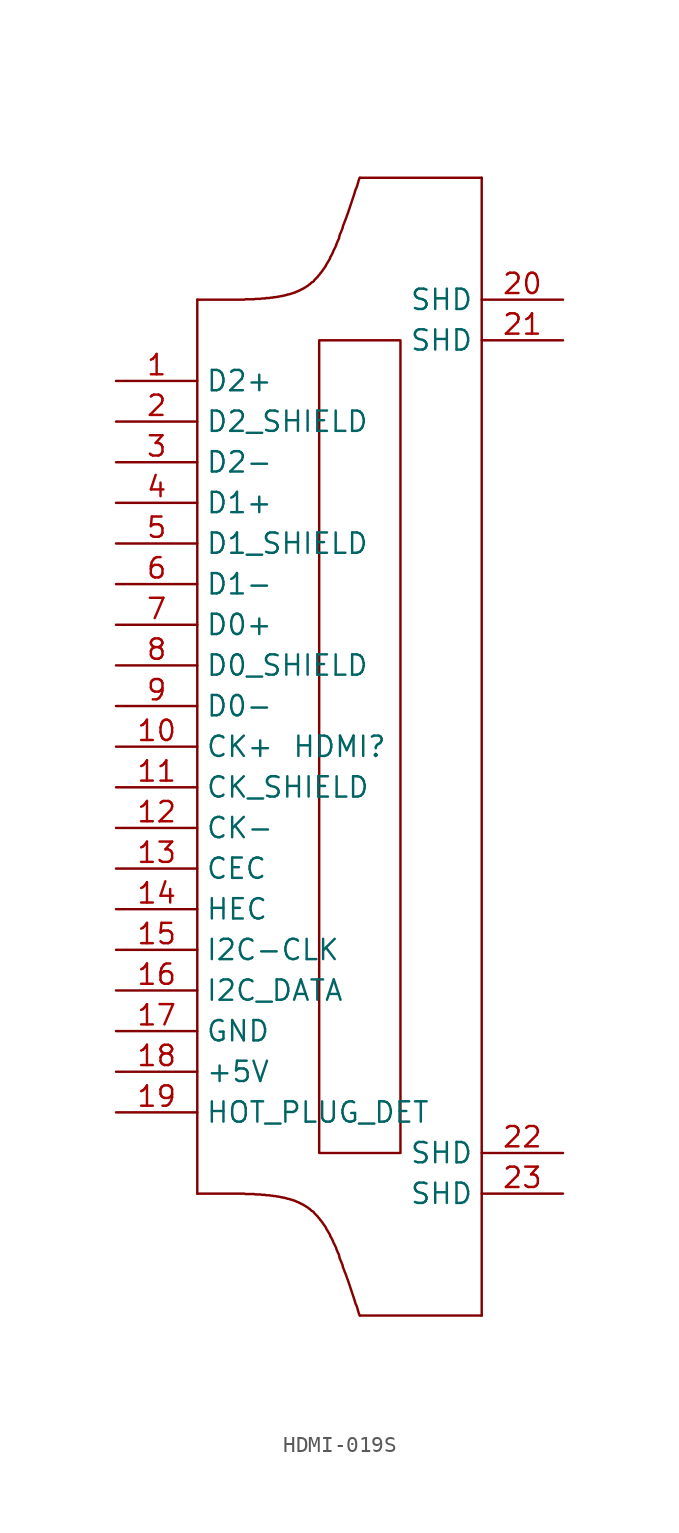
<source format=kicad_sym>
(kicad_symbol_lib
  (version 20231120)
  (generator "kicad_symbol_editor")
  (generator_version "8.0")
  (symbol "HDMI-019S"
    (property "Reference" "HDMI"
      (at 0 0 0)
      (effects (font (size 1.27 1.27))))
    (property "Value" ""
      (at 0 0 0)
      (effects (font (size 1.27 1.27))))
    (symbol "HDMI-019S_1_0"
      (rectangle (start -1.27 -25.4) (end 3.81 25.4) (stroke (width 0) (type default)) (fill (type none)))
      (polyline (pts (xy -8.89 27.94) (xy -8.89 -27.94)) (stroke (width 0) (type default)) (fill (type none)))
      (polyline (pts (xy 8.89 -35.56) (xy 1.27 -35.56)) (stroke (width 0) (type default)) (fill (type none)))
      (polyline (pts (xy 8.89 35.56) (xy 1.27 35.56)) (stroke (width 0) (type default)) (fill (type none)))
      (polyline (pts (xy 8.89 35.56) (xy 8.89 -35.56)) (stroke (width 0) (type default)) (fill (type none)))
      (polyline (pts (xy -8.89 -27.94) (xy -8.788 -27.94) (xy -8.788 -27.94) (xy -8.712 -27.94) (xy -8.712 -27.94) (xy -8.611 -27.94) (xy -8.611 -27.94) (xy -8.534 -27.94) (xy -8.534 -27.94) (xy -8.433 -27.94) (xy -8.433 -27.94) (xy -8.357 -27.94) (xy -8.357 -27.94) (xy -8.28 -27.94) (xy -8.28 -27.94) (xy -8.179 -27.94) (xy -8.179 -27.94) (xy -8.103 -27.94) (xy -8.103 -27.94) (xy -8.026 -27.94) (xy -8.026 -27.94) (xy -7.925 -27.94) (xy -7.925 -27.94) (xy -7.849 -27.94) (xy -7.849 -27.94) (xy -7.772 -27.94) (xy -7.772 -27.94) (xy -7.696 -27.94) (xy -7.696 -27.94) (xy -7.62 -27.94) (xy -7.62 -27.94) (xy -7.544 -27.94) (xy -7.544 -27.94) (xy -7.468 -27.94) (xy -7.468 -27.94) (xy -7.391 -27.94) (xy -7.391 -27.94) (xy -7.29 -27.94) (xy -7.29 -27.94) (xy -7.214 -27.94) (xy -7.214 -27.94) (xy -7.163 -27.94) (xy -7.163 -27.94) (xy -7.087 -27.94) (xy -7.087 -27.94) (xy -7.01 -27.94) (xy -7.01 -27.94) (xy -6.934 -27.94) (xy -6.934 -27.94) (xy -6.858 -27.94) (xy -6.858 -27.94) (xy -6.782 -27.94) (xy -6.782 -27.94) (xy -6.706 -27.94) (xy -6.706 -27.94) (xy -6.629 -27.94) (xy -6.629 -27.94) (xy -6.579 -27.94) (xy -6.579 -27.94) (xy -6.502 -27.94) (xy -6.502 -27.94) (xy -6.426 -27.94) (xy -6.426 -27.94) (xy -6.35 -27.94) (xy -6.35 -27.94) (xy -6.299 -27.94) (xy -6.299 -27.94) (xy -6.223 -27.94) (xy -6.223 -27.94) (xy -6.147 -27.94) (xy -6.147 -27.94) (xy -6.096 -27.94) (xy -6.096 -27.94) (xy -6.02 -27.94) (xy -6.02 -27.94) (xy -5.944 -27.94) (xy -5.944 -27.94) (xy -5.893 -27.965) (xy -5.893 -27.965) (xy -5.817 -27.965) (xy -5.817 -27.965) (xy -5.766 -27.965) (xy -5.766 -27.965) (xy -5.69 -27.965) (xy -5.69 -27.965) (xy -5.639 -27.965) (xy -5.639 -27.965) (xy -5.563 -27.965) (xy -5.563 -27.965) (xy -5.512 -27.965) (xy -5.512 -27.965) (xy -5.461 -27.965) (xy -5.461 -27.965) (xy -5.385 -27.965) (xy -5.385 -27.965) (xy -5.334 -27.965) (xy -5.334 -27.965) (xy -5.258 -27.991) (xy -5.258 -27.991) (xy -5.207 -27.991) (xy -5.207 -27.991) (xy -5.156 -27.991) (xy -5.156 -27.991) (xy -5.08 -27.991) (xy -5.08 -27.991) (xy -5.029 -27.991) (xy -5.029 -27.991) (xy -4.978 -27.991) (xy -4.978 -27.991) (xy -4.928 -27.991) (xy -4.928 -27.991) (xy -4.877 -28.016) (xy -4.877 -28.016) (xy -4.801 -28.016) (xy -4.801 -28.016) (xy -4.75 -28.016) (xy -4.75 -28.016) (xy -4.699 -28.016) (xy -4.699 -28.016) (xy -4.648 -28.016) (xy -4.648 -28.016) (xy -4.597 -28.042) (xy -4.597 -28.042) (xy -4.547 -28.042) (xy -4.547 -28.042) (xy -4.496 -28.042) (xy -4.496 -28.042) (xy -4.445 -28.042) (xy -4.445 -28.042) (xy -4.369 -28.042) (xy -4.369 -28.042) (xy -4.318 -28.067) (xy -4.318 -28.067) (xy -4.267 -28.067) (xy -4.267 -28.067) (xy -4.216 -28.067) (xy -4.216 -28.067) (xy -4.166 -28.067) (xy -4.166 -28.067) (xy -4.14 -28.092) (xy -4.14 -28.092) (xy -4.089 -28.092) (xy -4.089 -28.092) (xy -4.039 -28.092) (xy -4.039 -28.092) (xy -3.988 -28.092) (xy -3.988 -28.092) (xy -3.937 -28.118) (xy -3.937 -28.118) (xy -3.886 -28.118) (xy -3.886 -28.118) (xy -3.835 -28.118) (xy -3.835 -28.118) (xy -3.785 -28.143) (xy -3.785 -28.143) (xy -3.759 -28.143) (xy -3.759 -28.143) (xy -3.708 -28.143) (xy -3.708 -28.143) (xy -3.658 -28.169) (xy -3.658 -28.169) (xy -3.607 -28.169) (xy -3.607 -28.169) (xy -3.556 -28.169) (xy -3.556 -28.169) (xy -3.531 -28.194) (xy -3.531 -28.194) (xy -3.48 -28.194) (xy -3.48 -28.194) (xy -3.429 -28.194) (xy -3.429 -28.194) (xy -3.404 -28.219) (xy -3.404 -28.219) (xy -3.353 -28.219) (xy -3.353 -28.219) (xy -3.302 -28.245) (xy -3.302 -28.245) (xy -3.277 -28.245) (xy -3.277 -28.245) (xy -3.226 -28.27) (xy -3.226 -28.27) (xy -3.175 -28.27) (xy -3.175 -28.27) (xy -3.15 -28.27) (xy -3.15 -28.27) (xy -3.099 -28.296) (xy -3.099 -28.296) (xy -3.073 -28.296) (xy -3.073 -28.296) (xy -3.023 -28.321) (xy -3.023 -28.321) (xy -2.972 -28.321) (xy -2.972 -28.321) (xy -2.946 -28.346) (xy -2.946 -28.346) (xy -2.896 -28.346) (xy -2.896 -28.346) (xy -2.87 -28.372) (xy -2.87 -28.372) (xy -2.819 -28.372) (xy -2.819 -28.372) (xy -2.794 -28.397) (xy -2.794 -28.397) (xy -2.743 -28.397) (xy -2.743 -28.397) (xy -2.718 -28.423) (xy -2.718 -28.423) (xy -2.692 -28.448) (xy -2.692 -28.448) (xy -2.642 -28.448) (xy -2.642 -28.448) (xy -2.616 -28.473) (xy -2.616 -28.473) (xy -2.565 -28.473) (xy -2.565 -28.473) (xy -2.54 -28.499) (xy -2.54 -28.499) (xy -2.515 -28.524) (xy -2.515 -28.524) (xy -2.464 -28.524) (xy -2.464 -28.524) (xy -2.438 -28.55) (xy -2.438 -28.55) (xy -2.413 -28.575) (xy -2.413 -28.575) (xy -2.362 -28.575) (xy -2.362 -28.575) (xy -2.337 -28.6) (xy -2.337 -28.6) (xy -2.311 -28.626) (xy -2.311 -28.626) (xy -2.261 -28.626) (xy -2.261 -28.626) (xy -2.235 -28.651) (xy -2.235 -28.651) (xy -2.21 -28.677) (xy -2.21 -28.677) (xy -2.159 -28.702) (xy -2.159 -28.702) (xy -2.134 -28.702) (xy -2.134 -28.702) (xy -2.108 -28.727) (xy -2.108 -28.727) (xy -2.083 -28.753) (xy -2.083 -28.753) (xy -2.032 -28.778) (xy -2.032 -28.778) (xy -2.007 -28.804) (xy -2.007 -28.804) (xy -1.981 -28.804) (xy -1.981 -28.804) (xy -1.956 -28.829) (xy -1.956 -28.829) (xy -1.93 -28.854) (xy -1.93 -28.854) (xy -1.905 -28.88) (xy -1.905 -28.88) (xy -1.854 -28.905) (xy -1.854 -28.905) (xy -1.829 -28.931) (xy -1.829 -28.931) (xy -1.803 -28.956) (xy -1.803 -28.956) (xy -1.778 -28.981) (xy -1.778 -28.981) (xy -1.753 -29.007) (xy -1.753 -29.007) (xy -1.727 -29.032) (xy -1.727 -29.032) (xy -1.702 -29.032) (xy -1.702 -29.032) (xy -1.651 -29.058) (xy -1.651 -29.058) (xy -1.626 -29.083) (xy -1.626 -29.083) (xy -1.6 -29.108) (xy -1.6 -29.108) (xy -1.575 -29.159) (xy -1.575 -29.159) (xy -1.549 -29.185) (xy -1.549 -29.185) (xy -1.524 -29.21) (xy -1.524 -29.21) (xy -1.499 -29.235) (xy -1.499 -29.235) (xy -1.473 -29.261) (xy -1.473 -29.261) (xy -1.448 -29.286) (xy -1.448 -29.286) (xy -1.422 -29.312) (xy -1.422 -29.312) (xy -1.397 -29.337) (xy -1.397 -29.337) (xy -1.372 -29.362) (xy -1.372 -29.362) (xy -1.346 -29.388) (xy -1.346 -29.388) (xy -1.321 -29.439) (xy -1.321 -29.439) (xy -1.295 -29.464) (xy -1.295 -29.464) (xy -1.27 -29.489) (xy -1.27 -29.489) (xy -1.245 -29.515) (xy -1.245 -29.515) (xy -1.219 -29.566) (xy -1.219 -29.566) (xy -1.194 -29.591) (xy -1.194 -29.591) (xy -1.168 -29.616) (xy -1.168 -29.616) (xy -1.143 -29.642) (xy -1.143 -29.642) (xy -1.118 -29.693) (xy -1.118 -29.693) (xy -1.092 -29.718) (xy -1.092 -29.718) (xy -1.067 -29.743) (xy -1.067 -29.743) (xy -1.041 -29.794) (xy -1.041 -29.794) (xy -1.016 -29.82) (xy -1.016 -29.82) (xy -0.991 -29.87) (xy -0.991 -29.87) (xy -0.965 -29.896) (xy -0.965 -29.896) (xy -0.94 -29.921) (xy -0.94 -29.921) (xy -0.914 -29.972) (xy -0.914 -29.972) (xy -0.889 -29.997) (xy -0.889 -29.997) (xy -0.864 -30.048) (xy -0.864 -30.048) (xy -0.838 -30.074) (xy -0.838 -30.074) (xy -0.838 -30.124) (xy -0.838 -30.124) (xy -0.813 -30.15) (xy -0.813 -30.15) (xy -0.787 -30.201) (xy -0.787 -30.201) (xy -0.762 -30.226) (xy -0.762 -30.226) (xy -0.737 -30.277) (xy -0.737 -30.277) (xy -0.711 -30.328) (xy -0.711 -30.328) (xy -0.686 -30.353) (xy -0.686 -30.353) (xy -0.66 -30.404) (xy -0.66 -30.404) (xy -0.635 -30.455) (xy -0.635 -30.455) (xy -0.61 -30.48) (xy -0.61 -30.48) (xy -0.584 -30.531) (xy -0.584 -30.531) (xy -0.584 -30.582) (xy -0.584 -30.582) (xy -0.559 -30.632) (xy -0.559 -30.632) (xy -0.533 -30.658) (xy -0.533 -30.658) (xy -0.508 -30.709) (xy -0.508 -30.709) (xy -0.483 -30.759) (xy -0.483 -30.759) (xy -0.457 -30.81) (xy -0.457 -30.81) (xy -0.432 -30.861) (xy -0.432 -30.861) (xy -0.406 -30.886) (xy -0.406 -30.886) (xy -0.406 -30.937) (xy -0.406 -30.937) (xy -0.381 -30.988) (xy -0.381 -30.988) (xy -0.356 -31.039) (xy -0.356 -31.039) (xy -0.33 -31.09) (xy -0.33 -31.09) (xy -0.305 -31.14) (xy -0.305 -31.14) (xy -0.279 -31.191) (xy -0.279 -31.191) (xy -0.254 -31.242) (xy -0.254 -31.242) (xy -0.229 -31.293) (xy -0.229 -31.293) (xy -0.203 -31.344) (xy -0.203 -31.344) (xy -0.203 -31.394) (xy -0.203 -31.394) (xy -0.178 -31.445) (xy -0.178 -31.445) (xy -0.152 -31.496) (xy -0.152 -31.496) (xy -0.127 -31.572) (xy -0.127 -31.572) (xy -0.102 -31.623) (xy -0.102 -31.623) (xy -0.076 -31.674) (xy -0.076 -31.674) (xy -0.051 -31.725) (xy -0.051 -31.725) (xy -0.025 -31.775) (xy -0.025 -31.775) (xy -0.025 -31.852) (xy -0.025 -31.852) (xy 0 -31.902) (xy 0 -31.902) (xy 0 -31.953) (xy 0 -31.953) (xy 0.025 -32.004) (xy 0.025 -32.004) (xy 0.051 -32.08) (xy 0.051 -32.08) (xy 0.076 -32.131) (xy 0.076 -32.131) (xy 0.102 -32.182) (xy 0.102 -32.182) (xy 0.127 -32.258) (xy 0.127 -32.258) (xy 0.152 -32.309) (xy 0.152 -32.309) (xy 0.178 -32.385) (xy 0.178 -32.385) (xy 0.203 -32.436) (xy 0.203 -32.436) (xy 0.203 -32.512) (xy 0.203 -32.512) (xy 0.229 -32.563) (xy 0.229 -32.563) (xy 0.254 -32.639) (xy 0.254 -32.639) (xy 0.279 -32.69) (xy 0.279 -32.69) (xy 0.305 -32.766) (xy 0.305 -32.766) (xy 0.33 -32.842) (xy 0.33 -32.842) (xy 0.356 -32.893) (xy 0.356 -32.893) (xy 0.381 -32.969) (xy 0.381 -32.969) (xy 0.406 -33.02) (xy 0.406 -33.02) (xy 0.432 -33.096) (xy 0.432 -33.096) (xy 0.457 -33.172) (xy 0.457 -33.172) (xy 0.483 -33.249) (xy 0.483 -33.249) (xy 0.508 -33.299) (xy 0.508 -33.299) (xy 0.533 -33.376) (xy 0.533 -33.376) (xy 0.559 -33.452) (xy 0.559 -33.452) (xy 0.584 -33.528) (xy 0.584 -33.528) (xy 0.61 -33.604) (xy 0.61 -33.604) (xy 0.635 -33.68) (xy 0.635 -33.68) (xy 0.66 -33.757) (xy 0.66 -33.757) (xy 0.686 -33.833) (xy 0.686 -33.833) (xy 0.711 -33.909) (xy 0.711 -33.909) (xy 0.737 -33.985) (xy 0.737 -33.985) (xy 0.762 -34.061) (xy 0.762 -34.061) (xy 0.787 -34.138) (xy 0.787 -34.138) (xy 0.813 -34.214) (xy 0.813 -34.214) (xy 0.838 -34.29) (xy 0.838 -34.29) (xy 0.864 -34.366) (xy 0.864 -34.366) (xy 0.889 -34.442) (xy 0.889 -34.442) (xy 0.914 -34.519) (xy 0.914 -34.519) (xy 0.94 -34.595) (xy 0.94 -34.595) (xy 0.965 -34.696) (xy 0.965 -34.696) (xy 0.991 -34.773) (xy 0.991 -34.773) (xy 1.016 -34.849) (xy 1.016 -34.849) (xy 1.067 -34.95) (xy 1.067 -34.95) (xy 1.092 -35.027) (xy 1.092 -35.027) (xy 1.118 -35.103) (xy 1.118 -35.103) (xy 1.143 -35.204) (xy 1.143 -35.204) (xy 1.168 -35.281) (xy 1.168 -35.281) (xy 1.194 -35.382) (xy 1.194 -35.382) (xy 1.219 -35.458) (xy 1.219 -35.458) (xy 1.27 -35.56)) (stroke (width 0) (type default)) (fill (type none)))
      (polyline (pts (xy -8.89 27.94) (xy -8.788 27.94) (xy -8.788 27.94) (xy -8.712 27.94) (xy -8.712 27.94) (xy -8.611 27.94) (xy -8.611 27.94) (xy -8.534 27.94) (xy -8.534 27.94) (xy -8.433 27.94) (xy -8.433 27.94) (xy -8.357 27.94) (xy -8.357 27.94) (xy -8.28 27.94) (xy -8.28 27.94) (xy -8.179 27.94) (xy -8.179 27.94) (xy -8.103 27.94) (xy -8.103 27.94) (xy -8.026 27.94) (xy -8.026 27.94) (xy -7.925 27.94) (xy -7.925 27.94) (xy -7.849 27.94) (xy -7.849 27.94) (xy -7.772 27.94) (xy -7.772 27.94) (xy -7.696 27.94) (xy -7.696 27.94) (xy -7.62 27.94) (xy -7.62 27.94) (xy -7.544 27.94) (xy -7.544 27.94) (xy -7.468 27.94) (xy -7.468 27.94) (xy -7.391 27.94) (xy -7.391 27.94) (xy -7.29 27.94) (xy -7.29 27.94) (xy -7.214 27.94) (xy -7.214 27.94) (xy -7.163 27.94) (xy -7.163 27.94) (xy -7.087 27.94) (xy -7.087 27.94) (xy -7.01 27.94) (xy -7.01 27.94) (xy -6.934 27.94) (xy -6.934 27.94) (xy -6.858 27.94) (xy -6.858 27.94) (xy -6.782 27.94) (xy -6.782 27.94) (xy -6.706 27.94) (xy -6.706 27.94) (xy -6.629 27.94) (xy -6.629 27.94) (xy -6.579 27.94) (xy -6.579 27.94) (xy -6.502 27.94) (xy -6.502 27.94) (xy -6.426 27.94) (xy -6.426 27.94) (xy -6.35 27.94) (xy -6.35 27.94) (xy -6.299 27.94) (xy -6.299 27.94) (xy -6.223 27.94) (xy -6.223 27.94) (xy -6.147 27.94) (xy -6.147 27.94) (xy -6.096 27.94) (xy -6.096 27.94) (xy -6.02 27.94) (xy -6.02 27.94) (xy -5.944 27.94) (xy -5.944 27.94) (xy -5.893 27.965) (xy -5.893 27.965) (xy -5.817 27.965) (xy -5.817 27.965) (xy -5.766 27.965) (xy -5.766 27.965) (xy -5.69 27.965) (xy -5.69 27.965) (xy -5.639 27.965) (xy -5.639 27.965) (xy -5.563 27.965) (xy -5.563 27.965) (xy -5.512 27.965) (xy -5.512 27.965) (xy -5.461 27.965) (xy -5.461 27.965) (xy -5.385 27.965) (xy -5.385 27.965) (xy -5.334 27.965) (xy -5.334 27.965) (xy -5.258 27.991) (xy -5.258 27.991) (xy -5.207 27.991) (xy -5.207 27.991) (xy -5.156 27.991) (xy -5.156 27.991) (xy -5.08 27.991) (xy -5.08 27.991) (xy -5.029 27.991) (xy -5.029 27.991) (xy -4.978 27.991) (xy -4.978 27.991) (xy -4.928 27.991) (xy -4.928 27.991) (xy -4.877 28.016) (xy -4.877 28.016) (xy -4.801 28.016) (xy -4.801 28.016) (xy -4.75 28.016) (xy -4.75 28.016) (xy -4.699 28.016) (xy -4.699 28.016) (xy -4.648 28.016) (xy -4.648 28.016) (xy -4.597 28.042) (xy -4.597 28.042) (xy -4.547 28.042) (xy -4.547 28.042) (xy -4.496 28.042) (xy -4.496 28.042) (xy -4.445 28.042) (xy -4.445 28.042) (xy -4.369 28.042) (xy -4.369 28.042) (xy -4.318 28.067) (xy -4.318 28.067) (xy -4.267 28.067) (xy -4.267 28.067) (xy -4.216 28.067) (xy -4.216 28.067) (xy -4.166 28.067) (xy -4.166 28.067) (xy -4.14 28.092) (xy -4.14 28.092) (xy -4.089 28.092) (xy -4.089 28.092) (xy -4.039 28.092) (xy -4.039 28.092) (xy -3.988 28.092) (xy -3.988 28.092) (xy -3.937 28.118) (xy -3.937 28.118) (xy -3.886 28.118) (xy -3.886 28.118) (xy -3.835 28.118) (xy -3.835 28.118) (xy -3.785 28.143) (xy -3.785 28.143) (xy -3.759 28.143) (xy -3.759 28.143) (xy -3.708 28.143) (xy -3.708 28.143) (xy -3.658 28.169) (xy -3.658 28.169) (xy -3.607 28.169) (xy -3.607 28.169) (xy -3.556 28.169) (xy -3.556 28.169) (xy -3.531 28.194) (xy -3.531 28.194) (xy -3.48 28.194) (xy -3.48 28.194) (xy -3.429 28.194) (xy -3.429 28.194) (xy -3.404 28.219) (xy -3.404 28.219) (xy -3.353 28.219) (xy -3.353 28.219) (xy -3.302 28.245) (xy -3.302 28.245) (xy -3.277 28.245) (xy -3.277 28.245) (xy -3.226 28.27) (xy -3.226 28.27) (xy -3.175 28.27) (xy -3.175 28.27) (xy -3.15 28.27) (xy -3.15 28.27) (xy -3.099 28.296) (xy -3.099 28.296) (xy -3.073 28.296) (xy -3.073 28.296) (xy -3.023 28.321) (xy -3.023 28.321) (xy -2.972 28.321) (xy -2.972 28.321) (xy -2.946 28.346) (xy -2.946 28.346) (xy -2.896 28.346) (xy -2.896 28.346) (xy -2.87 28.372) (xy -2.87 28.372) (xy -2.819 28.372) (xy -2.819 28.372) (xy -2.794 28.397) (xy -2.794 28.397) (xy -2.743 28.397) (xy -2.743 28.397) (xy -2.718 28.423) (xy -2.718 28.423) (xy -2.692 28.448) (xy -2.692 28.448) (xy -2.642 28.448) (xy -2.642 28.448) (xy -2.616 28.473) (xy -2.616 28.473) (xy -2.565 28.473) (xy -2.565 28.473) (xy -2.54 28.499) (xy -2.54 28.499) (xy -2.515 28.524) (xy -2.515 28.524) (xy -2.464 28.524) (xy -2.464 28.524) (xy -2.438 28.55) (xy -2.438 28.55) (xy -2.413 28.575) (xy -2.413 28.575) (xy -2.362 28.575) (xy -2.362 28.575) (xy -2.337 28.6) (xy -2.337 28.6) (xy -2.311 28.626) (xy -2.311 28.626) (xy -2.261 28.626) (xy -2.261 28.626) (xy -2.235 28.651) (xy -2.235 28.651) (xy -2.21 28.677) (xy -2.21 28.677) (xy -2.159 28.702) (xy -2.159 28.702) (xy -2.134 28.702) (xy -2.134 28.702) (xy -2.108 28.727) (xy -2.108 28.727) (xy -2.083 28.753) (xy -2.083 28.753) (xy -2.032 28.778) (xy -2.032 28.778) (xy -2.007 28.804) (xy -2.007 28.804) (xy -1.981 28.804) (xy -1.981 28.804) (xy -1.956 28.829) (xy -1.956 28.829) (xy -1.93 28.854) (xy -1.93 28.854) (xy -1.905 28.88) (xy -1.905 28.88) (xy -1.854 28.905) (xy -1.854 28.905) (xy -1.829 28.931) (xy -1.829 28.931) (xy -1.803 28.956) (xy -1.803 28.956) (xy -1.778 28.981) (xy -1.778 28.981) (xy -1.753 29.007) (xy -1.753 29.007) (xy -1.727 29.032) (xy -1.727 29.032) (xy -1.702 29.032) (xy -1.702 29.032) (xy -1.651 29.058) (xy -1.651 29.058) (xy -1.626 29.083) (xy -1.626 29.083) (xy -1.6 29.108) (xy -1.6 29.108) (xy -1.575 29.159) (xy -1.575 29.159) (xy -1.549 29.185) (xy -1.549 29.185) (xy -1.524 29.21) (xy -1.524 29.21) (xy -1.499 29.235) (xy -1.499 29.235) (xy -1.473 29.261) (xy -1.473 29.261) (xy -1.448 29.286) (xy -1.448 29.286) (xy -1.422 29.312) (xy -1.422 29.312) (xy -1.397 29.337) (xy -1.397 29.337) (xy -1.372 29.362) (xy -1.372 29.362) (xy -1.346 29.388) (xy -1.346 29.388) (xy -1.321 29.439) (xy -1.321 29.439) (xy -1.295 29.464) (xy -1.295 29.464) (xy -1.27 29.489) (xy -1.27 29.489) (xy -1.245 29.515) (xy -1.245 29.515) (xy -1.219 29.566) (xy -1.219 29.566) (xy -1.194 29.591) (xy -1.194 29.591) (xy -1.168 29.616) (xy -1.168 29.616) (xy -1.143 29.642) (xy -1.143 29.642) (xy -1.118 29.693) (xy -1.118 29.693) (xy -1.092 29.718) (xy -1.092 29.718) (xy -1.067 29.743) (xy -1.067 29.743) (xy -1.041 29.794) (xy -1.041 29.794) (xy -1.016 29.82) (xy -1.016 29.82) (xy -0.991 29.87) (xy -0.991 29.87) (xy -0.965 29.896) (xy -0.965 29.896) (xy -0.94 29.921) (xy -0.94 29.921) (xy -0.914 29.972) (xy -0.914 29.972) (xy -0.889 29.997) (xy -0.889 29.997) (xy -0.864 30.048) (xy -0.864 30.048) (xy -0.838 30.074) (xy -0.838 30.074) (xy -0.838 30.124) (xy -0.838 30.124) (xy -0.813 30.15) (xy -0.813 30.15) (xy -0.787 30.201) (xy -0.787 30.201) (xy -0.762 30.226) (xy -0.762 30.226) (xy -0.737 30.277) (xy -0.737 30.277) (xy -0.711 30.328) (xy -0.711 30.328) (xy -0.686 30.353) (xy -0.686 30.353) (xy -0.66 30.404) (xy -0.66 30.404) (xy -0.635 30.455) (xy -0.635 30.455) (xy -0.61 30.48) (xy -0.61 30.48) (xy -0.584 30.531) (xy -0.584 30.531) (xy -0.584 30.582) (xy -0.584 30.582) (xy -0.559 30.632) (xy -0.559 30.632) (xy -0.533 30.658) (xy -0.533 30.658) (xy -0.508 30.709) (xy -0.508 30.709) (xy -0.483 30.759) (xy -0.483 30.759) (xy -0.457 30.81) (xy -0.457 30.81) (xy -0.432 30.861) (xy -0.432 30.861) (xy -0.406 30.886) (xy -0.406 30.886) (xy -0.406 30.937) (xy -0.406 30.937) (xy -0.381 30.988) (xy -0.381 30.988) (xy -0.356 31.039) (xy -0.356 31.039) (xy -0.33 31.09) (xy -0.33 31.09) (xy -0.305 31.14) (xy -0.305 31.14) (xy -0.279 31.191) (xy -0.279 31.191) (xy -0.254 31.242) (xy -0.254 31.242) (xy -0.229 31.293) (xy -0.229 31.293) (xy -0.203 31.344) (xy -0.203 31.344) (xy -0.203 31.394) (xy -0.203 31.394) (xy -0.178 31.445) (xy -0.178 31.445) (xy -0.152 31.496) (xy -0.152 31.496) (xy -0.127 31.572) (xy -0.127 31.572) (xy -0.102 31.623) (xy -0.102 31.623) (xy -0.076 31.674) (xy -0.076 31.674) (xy -0.051 31.725) (xy -0.051 31.725) (xy -0.025 31.775) (xy -0.025 31.775) (xy -0.025 31.852) (xy -0.025 31.852) (xy 0 31.902) (xy 0 31.902) (xy 0 31.953) (xy 0 31.953) (xy 0.025 32.004) (xy 0.025 32.004) (xy 0.051 32.08) (xy 0.051 32.08) (xy 0.076 32.131) (xy 0.076 32.131) (xy 0.102 32.182) (xy 0.102 32.182) (xy 0.127 32.258) (xy 0.127 32.258) (xy 0.152 32.309) (xy 0.152 32.309) (xy 0.178 32.385) (xy 0.178 32.385) (xy 0.203 32.436) (xy 0.203 32.436) (xy 0.203 32.512) (xy 0.203 32.512) (xy 0.229 32.563) (xy 0.229 32.563) (xy 0.254 32.639) (xy 0.254 32.639) (xy 0.279 32.69) (xy 0.279 32.69) (xy 0.305 32.766) (xy 0.305 32.766) (xy 0.33 32.842) (xy 0.33 32.842) (xy 0.356 32.893) (xy 0.356 32.893) (xy 0.381 32.969) (xy 0.381 32.969) (xy 0.406 33.02) (xy 0.406 33.02) (xy 0.432 33.096) (xy 0.432 33.096) (xy 0.457 33.172) (xy 0.457 33.172) (xy 0.483 33.249) (xy 0.483 33.249) (xy 0.508 33.299) (xy 0.508 33.299) (xy 0.533 33.376) (xy 0.533 33.376) (xy 0.559 33.452) (xy 0.559 33.452) (xy 0.584 33.528) (xy 0.584 33.528) (xy 0.61 33.604) (xy 0.61 33.604) (xy 0.635 33.68) (xy 0.635 33.68) (xy 0.66 33.757) (xy 0.66 33.757) (xy 0.686 33.833) (xy 0.686 33.833) (xy 0.711 33.909) (xy 0.711 33.909) (xy 0.737 33.985) (xy 0.737 33.985) (xy 0.762 34.061) (xy 0.762 34.061) (xy 0.787 34.138) (xy 0.787 34.138) (xy 0.813 34.214) (xy 0.813 34.214) (xy 0.838 34.29) (xy 0.838 34.29) (xy 0.864 34.366) (xy 0.864 34.366) (xy 0.889 34.442) (xy 0.889 34.442) (xy 0.914 34.519) (xy 0.914 34.519) (xy 0.94 34.595) (xy 0.94 34.595) (xy 0.965 34.696) (xy 0.965 34.696) (xy 0.991 34.773) (xy 0.991 34.773) (xy 1.016 34.849) (xy 1.016 34.849) (xy 1.067 34.95) (xy 1.067 34.95) (xy 1.092 35.027) (xy 1.092 35.027) (xy 1.118 35.103) (xy 1.118 35.103) (xy 1.143 35.204) (xy 1.143 35.204) (xy 1.168 35.281) (xy 1.168 35.281) (xy 1.194 35.382) (xy 1.194 35.382) (xy 1.219 35.458) (xy 1.219 35.458) (xy 1.27 35.56)) (stroke (width 0) (type default)) (fill (type none)))
      (pin input line (at -13.97 22.86 0) (length 5.08) (name "D2+" (effects (font (size 1.27 1.27)))) (number "1" (effects (font (size 1.27 1.27)))))
      (pin input line (at -13.97 0 0) (length 5.08) (name "CK+" (effects (font (size 1.27 1.27)))) (number "10" (effects (font (size 1.27 1.27)))))
      (pin input line (at -13.97 -2.54 0) (length 5.08) (name "CK_SHIELD" (effects (font (size 1.27 1.27)))) (number "11" (effects (font (size 1.27 1.27)))))
      (pin input line (at -13.97 -5.08 0) (length 5.08) (name "CK-" (effects (font (size 1.27 1.27)))) (number "12" (effects (font (size 1.27 1.27)))))
      (pin input line (at -13.97 -7.62 0) (length 5.08) (name "CEC" (effects (font (size 1.27 1.27)))) (number "13" (effects (font (size 1.27 1.27)))))
      (pin input line (at -13.97 -10.16 0) (length 5.08) (name "HEC" (effects (font (size 1.27 1.27)))) (number "14" (effects (font (size 1.27 1.27)))))
      (pin input line (at -13.97 -12.7 0) (length 5.08) (name "I2C-CLK" (effects (font (size 1.27 1.27)))) (number "15" (effects (font (size 1.27 1.27)))))
      (pin input line (at -13.97 -15.24 0) (length 5.08) (name "I2C_DATA" (effects (font (size 1.27 1.27)))) (number "16" (effects (font (size 1.27 1.27)))))
      (pin input line (at -13.97 -17.78 0) (length 5.08) (name "GND" (effects (font (size 1.27 1.27)))) (number "17" (effects (font (size 1.27 1.27)))))
      (pin input line (at -13.97 -20.32 0) (length 5.08) (name "+5V" (effects (font (size 1.27 1.27)))) (number "18" (effects (font (size 1.27 1.27)))))
      (pin input line (at -13.97 -22.86 0) (length 5.08) (name "HOT_PLUG_DET" (effects (font (size 1.27 1.27)))) (number "19" (effects (font (size 1.27 1.27)))))
      (pin input line (at -13.97 20.32 0) (length 5.08) (name "D2_SHIELD" (effects (font (size 1.27 1.27)))) (number "2" (effects (font (size 1.27 1.27)))))
      (pin input line (at 13.97 27.94 180) (length 5.08) (name "SHD" (effects (font (size 1.27 1.27)))) (number "20" (effects (font (size 1.27 1.27)))))
      (pin input line (at 13.97 25.4 180) (length 5.08) (name "SHD" (effects (font (size 1.27 1.27)))) (number "21" (effects (font (size 1.27 1.27)))))
      (pin input line (at 13.97 -25.4 180) (length 5.08) (name "SHD" (effects (font (size 1.27 1.27)))) (number "22" (effects (font (size 1.27 1.27)))))
      (pin input line (at 13.97 -27.94 180) (length 5.08) (name "SHD" (effects (font (size 1.27 1.27)))) (number "23" (effects (font (size 1.27 1.27)))))
      (pin input line (at -13.97 17.78 0) (length 5.08) (name "D2-" (effects (font (size 1.27 1.27)))) (number "3" (effects (font (size 1.27 1.27)))))
      (pin input line (at -13.97 15.24 0) (length 5.08) (name "D1+" (effects (font (size 1.27 1.27)))) (number "4" (effects (font (size 1.27 1.27)))))
      (pin input line (at -13.97 12.7 0) (length 5.08) (name "D1_SHIELD" (effects (font (size 1.27 1.27)))) (number "5" (effects (font (size 1.27 1.27)))))
      (pin input line (at -13.97 10.16 0) (length 5.08) (name "D1-" (effects (font (size 1.27 1.27)))) (number "6" (effects (font (size 1.27 1.27)))))
      (pin input line (at -13.97 7.62 0) (length 5.08) (name "D0+" (effects (font (size 1.27 1.27)))) (number "7" (effects (font (size 1.27 1.27)))))
      (pin input line (at -13.97 5.08 0) (length 5.08) (name "D0_SHIELD" (effects (font (size 1.27 1.27)))) (number "8" (effects (font (size 1.27 1.27)))))
      (pin input line (at -13.97 2.54 0) (length 5.08) (name "D0-" (effects (font (size 1.27 1.27)))) (number "9" (effects (font (size 1.27 1.27))))))))
</source>
